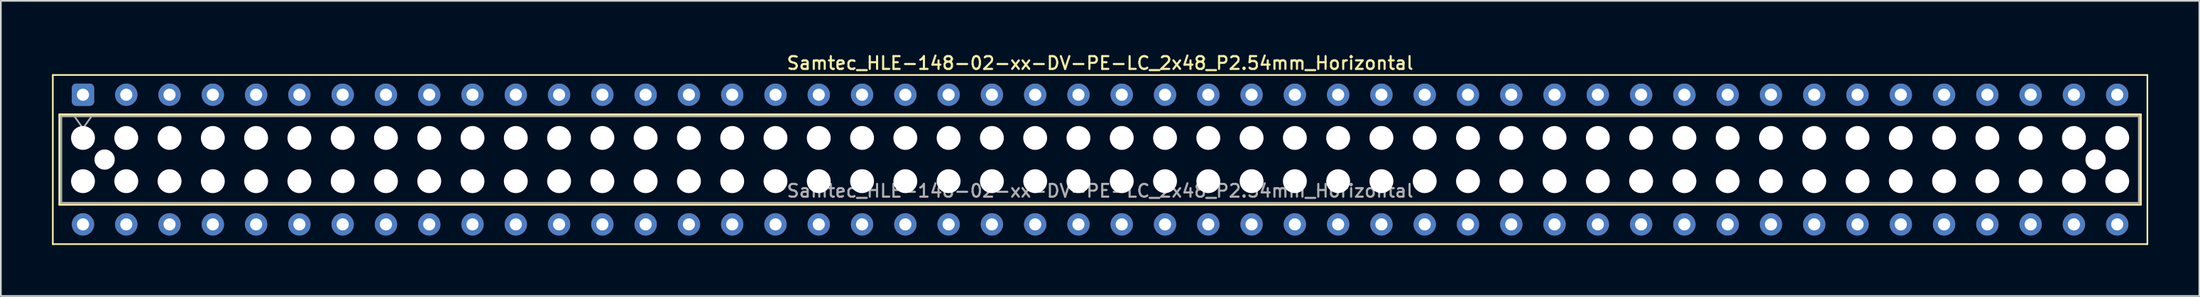
<source format=kicad_pcb>
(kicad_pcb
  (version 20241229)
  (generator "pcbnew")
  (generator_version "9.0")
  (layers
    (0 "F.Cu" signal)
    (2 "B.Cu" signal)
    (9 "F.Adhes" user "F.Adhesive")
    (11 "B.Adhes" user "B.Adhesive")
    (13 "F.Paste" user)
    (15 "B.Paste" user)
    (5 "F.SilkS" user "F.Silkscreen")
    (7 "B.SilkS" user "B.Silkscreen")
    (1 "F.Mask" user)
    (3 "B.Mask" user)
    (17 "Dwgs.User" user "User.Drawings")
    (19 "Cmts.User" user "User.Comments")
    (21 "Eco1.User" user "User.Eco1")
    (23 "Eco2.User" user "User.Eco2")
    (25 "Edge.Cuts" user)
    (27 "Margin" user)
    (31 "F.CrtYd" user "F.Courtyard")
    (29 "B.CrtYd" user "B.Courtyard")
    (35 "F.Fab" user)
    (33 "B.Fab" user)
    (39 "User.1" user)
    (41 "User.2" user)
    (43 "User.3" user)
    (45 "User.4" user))
  (footprint "Samtec_HLE-148-02-xx-DV-PE-LC_2x48_P2.54mm_Horizontal"
    (layer "F.Cu")
    (at 1.82 2.518)
    (property "Reference" "Samtec_HLE-148-02-xx-DV-PE-LC_2x48_P2.54mm_Horizontal" (at 59.69 -1.86 0) (layer "F.SilkS") (effects (font (size 0.75 0.75) (thickness 0.125))))
    (attr through_hole)
    (fp_line (start -1.77 -1.16) (end 121.15 -1.16) (stroke (width 0.1) (type solid)) (layer "F.SilkS"))
    (fp_line (start -1.77 8.78) (end -1.77 -1.16) (stroke (width 0.1) (type solid)) (layer "F.SilkS"))
    (fp_line (start -1.38 1.16) (end 120.76 1.16) (stroke (width 0.12) (type solid)) (layer "F.SilkS"))
    (fp_line (start -1.38 6.46) (end -1.38 1.16) (stroke (width 0.12) (type solid)) (layer "F.SilkS"))
    (fp_line (start 120.76 1.16) (end 120.76 6.46) (stroke (width 0.12) (type solid)) (layer "F.SilkS"))
    (fp_line (start 120.76 6.46) (end -1.38 6.46) (stroke (width 0.12) (type solid)) (layer "F.SilkS"))
    (fp_line (start 121.15 -1.16) (end 121.15 8.78) (stroke (width 0.1) (type solid)) (layer "F.SilkS"))
    (fp_line (start 121.15 8.78) (end -1.77 8.78) (stroke (width 0.1) (type solid)) (layer "F.SilkS"))
    (fp_line (start -1.27 1.27) (end 120.65 1.27) (stroke (width 0.1) (type solid)) (layer "F.Fab"))
    (fp_line (start -1.27 6.35) (end -1.27 1.27) (stroke (width 0.1) (type solid)) (layer "F.Fab"))
    (fp_line (start -0.5 1.27) (end 0 1.977) (stroke (width 0.1) (type solid)) (layer "F.Fab"))
    (fp_line (start 0 1.977) (end 0.5 1.27) (stroke (width 0.1) (type solid)) (layer "F.Fab"))
    (fp_line (start 120.65 1.27) (end 120.65 6.35) (stroke (width 0.1) (type solid)) (layer "F.Fab"))
    (fp_line (start 120.65 6.35) (end -1.27 6.35) (stroke (width 0.1) (type solid)) (layer "F.Fab"))
    (fp_text user "${REFERENCE}" (at 59.69 5.65 0) (layer "F.Fab") (effects (font (size 0.75 0.75) (thickness 0.125))))
    (pad "" np_thru_hole circle (at 0 2.54) (size 1.4 1.4) (drill 1.4) (layers "*.Cu" "*.Mask"))
    (pad "" np_thru_hole circle (at 0 5.08) (size 1.4 1.4) (drill 1.4) (layers "*.Cu" "*.Mask"))
    (pad "" np_thru_hole circle (at 1.27 3.81) (size 1.19 1.19) (drill 1.19) (layers "*.Cu" "*.Mask"))
    (pad "" np_thru_hole circle (at 2.54 2.54) (size 1.4 1.4) (drill 1.4) (layers "*.Cu" "*.Mask"))
    (pad "" np_thru_hole circle (at 2.54 5.08) (size 1.4 1.4) (drill 1.4) (layers "*.Cu" "*.Mask"))
    (pad "" np_thru_hole circle (at 5.08 2.54) (size 1.4 1.4) (drill 1.4) (layers "*.Cu" "*.Mask"))
    (pad "" np_thru_hole circle (at 5.08 5.08) (size 1.4 1.4) (drill 1.4) (layers "*.Cu" "*.Mask"))
    (pad "" np_thru_hole circle (at 7.62 2.54) (size 1.4 1.4) (drill 1.4) (layers "*.Cu" "*.Mask"))
    (pad "" np_thru_hole circle (at 7.62 5.08) (size 1.4 1.4) (drill 1.4) (layers "*.Cu" "*.Mask"))
    (pad "" np_thru_hole circle (at 10.16 2.54) (size 1.4 1.4) (drill 1.4) (layers "*.Cu" "*.Mask"))
    (pad "" np_thru_hole circle (at 10.16 5.08) (size 1.4 1.4) (drill 1.4) (layers "*.Cu" "*.Mask"))
    (pad "" np_thru_hole circle (at 12.7 2.54) (size 1.4 1.4) (drill 1.4) (layers "*.Cu" "*.Mask"))
    (pad "" np_thru_hole circle (at 12.7 5.08) (size 1.4 1.4) (drill 1.4) (layers "*.Cu" "*.Mask"))
    (pad "" np_thru_hole circle (at 15.24 2.54) (size 1.4 1.4) (drill 1.4) (layers "*.Cu" "*.Mask"))
    (pad "" np_thru_hole circle (at 15.24 5.08) (size 1.4 1.4) (drill 1.4) (layers "*.Cu" "*.Mask"))
    (pad "" np_thru_hole circle (at 17.78 2.54) (size 1.4 1.4) (drill 1.4) (layers "*.Cu" "*.Mask"))
    (pad "" np_thru_hole circle (at 17.78 5.08) (size 1.4 1.4) (drill 1.4) (layers "*.Cu" "*.Mask"))
    (pad "" np_thru_hole circle (at 20.32 2.54) (size 1.4 1.4) (drill 1.4) (layers "*.Cu" "*.Mask"))
    (pad "" np_thru_hole circle (at 20.32 5.08) (size 1.4 1.4) (drill 1.4) (layers "*.Cu" "*.Mask"))
    (pad "" np_thru_hole circle (at 22.86 2.54) (size 1.4 1.4) (drill 1.4) (layers "*.Cu" "*.Mask"))
    (pad "" np_thru_hole circle (at 22.86 5.08) (size 1.4 1.4) (drill 1.4) (layers "*.Cu" "*.Mask"))
    (pad "" np_thru_hole circle (at 25.4 2.54) (size 1.4 1.4) (drill 1.4) (layers "*.Cu" "*.Mask"))
    (pad "" np_thru_hole circle (at 25.4 5.08) (size 1.4 1.4) (drill 1.4) (layers "*.Cu" "*.Mask"))
    (pad "" np_thru_hole circle (at 27.94 2.54) (size 1.4 1.4) (drill 1.4) (layers "*.Cu" "*.Mask"))
    (pad "" np_thru_hole circle (at 27.94 5.08) (size 1.4 1.4) (drill 1.4) (layers "*.Cu" "*.Mask"))
    (pad "" np_thru_hole circle (at 30.48 2.54) (size 1.4 1.4) (drill 1.4) (layers "*.Cu" "*.Mask"))
    (pad "" np_thru_hole circle (at 30.48 5.08) (size 1.4 1.4) (drill 1.4) (layers "*.Cu" "*.Mask"))
    (pad "" np_thru_hole circle (at 33.02 2.54) (size 1.4 1.4) (drill 1.4) (layers "*.Cu" "*.Mask"))
    (pad "" np_thru_hole circle (at 33.02 5.08) (size 1.4 1.4) (drill 1.4) (layers "*.Cu" "*.Mask"))
    (pad "" np_thru_hole circle (at 35.56 2.54) (size 1.4 1.4) (drill 1.4) (layers "*.Cu" "*.Mask"))
    (pad "" np_thru_hole circle (at 35.56 5.08) (size 1.4 1.4) (drill 1.4) (layers "*.Cu" "*.Mask"))
    (pad "" np_thru_hole circle (at 38.1 2.54) (size 1.4 1.4) (drill 1.4) (layers "*.Cu" "*.Mask"))
    (pad "" np_thru_hole circle (at 38.1 5.08) (size 1.4 1.4) (drill 1.4) (layers "*.Cu" "*.Mask"))
    (pad "" np_thru_hole circle (at 40.64 2.54) (size 1.4 1.4) (drill 1.4) (layers "*.Cu" "*.Mask"))
    (pad "" np_thru_hole circle (at 40.64 5.08) (size 1.4 1.4) (drill 1.4) (layers "*.Cu" "*.Mask"))
    (pad "" np_thru_hole circle (at 43.18 2.54) (size 1.4 1.4) (drill 1.4) (layers "*.Cu" "*.Mask"))
    (pad "" np_thru_hole circle (at 43.18 5.08) (size 1.4 1.4) (drill 1.4) (layers "*.Cu" "*.Mask"))
    (pad "" np_thru_hole circle (at 45.72 2.54) (size 1.4 1.4) (drill 1.4) (layers "*.Cu" "*.Mask"))
    (pad "" np_thru_hole circle (at 45.72 5.08) (size 1.4 1.4) (drill 1.4) (layers "*.Cu" "*.Mask"))
    (pad "" np_thru_hole circle (at 48.26 2.54) (size 1.4 1.4) (drill 1.4) (layers "*.Cu" "*.Mask"))
    (pad "" np_thru_hole circle (at 48.26 5.08) (size 1.4 1.4) (drill 1.4) (layers "*.Cu" "*.Mask"))
    (pad "" np_thru_hole circle (at 50.8 2.54) (size 1.4 1.4) (drill 1.4) (layers "*.Cu" "*.Mask"))
    (pad "" np_thru_hole circle (at 50.8 5.08) (size 1.4 1.4) (drill 1.4) (layers "*.Cu" "*.Mask"))
    (pad "" np_thru_hole circle (at 53.34 2.54) (size 1.4 1.4) (drill 1.4) (layers "*.Cu" "*.Mask"))
    (pad "" np_thru_hole circle (at 53.34 5.08) (size 1.4 1.4) (drill 1.4) (layers "*.Cu" "*.Mask"))
    (pad "" np_thru_hole circle (at 55.88 2.54) (size 1.4 1.4) (drill 1.4) (layers "*.Cu" "*.Mask"))
    (pad "" np_thru_hole circle (at 55.88 5.08) (size 1.4 1.4) (drill 1.4) (layers "*.Cu" "*.Mask"))
    (pad "" np_thru_hole circle (at 58.42 2.54) (size 1.4 1.4) (drill 1.4) (layers "*.Cu" "*.Mask"))
    (pad "" np_thru_hole circle (at 58.42 5.08) (size 1.4 1.4) (drill 1.4) (layers "*.Cu" "*.Mask"))
    (pad "" np_thru_hole circle (at 60.96 2.54) (size 1.4 1.4) (drill 1.4) (layers "*.Cu" "*.Mask"))
    (pad "" np_thru_hole circle (at 60.96 5.08) (size 1.4 1.4) (drill 1.4) (layers "*.Cu" "*.Mask"))
    (pad "" np_thru_hole circle (at 63.5 2.54) (size 1.4 1.4) (drill 1.4) (layers "*.Cu" "*.Mask"))
    (pad "" np_thru_hole circle (at 63.5 5.08) (size 1.4 1.4) (drill 1.4) (layers "*.Cu" "*.Mask"))
    (pad "" np_thru_hole circle (at 66.04 2.54) (size 1.4 1.4) (drill 1.4) (layers "*.Cu" "*.Mask"))
    (pad "" np_thru_hole circle (at 66.04 5.08) (size 1.4 1.4) (drill 1.4) (layers "*.Cu" "*.Mask"))
    (pad "" np_thru_hole circle (at 68.58 2.54) (size 1.4 1.4) (drill 1.4) (layers "*.Cu" "*.Mask"))
    (pad "" np_thru_hole circle (at 68.58 5.08) (size 1.4 1.4) (drill 1.4) (layers "*.Cu" "*.Mask"))
    (pad "" np_thru_hole circle (at 71.12 2.54) (size 1.4 1.4) (drill 1.4) (layers "*.Cu" "*.Mask"))
    (pad "" np_thru_hole circle (at 71.12 5.08) (size 1.4 1.4) (drill 1.4) (layers "*.Cu" "*.Mask"))
    (pad "" np_thru_hole circle (at 73.66 2.54) (size 1.4 1.4) (drill 1.4) (layers "*.Cu" "*.Mask"))
    (pad "" np_thru_hole circle (at 73.66 5.08) (size 1.4 1.4) (drill 1.4) (layers "*.Cu" "*.Mask"))
    (pad "" np_thru_hole circle (at 76.2 2.54) (size 1.4 1.4) (drill 1.4) (layers "*.Cu" "*.Mask"))
    (pad "" np_thru_hole circle (at 76.2 5.08) (size 1.4 1.4) (drill 1.4) (layers "*.Cu" "*.Mask"))
    (pad "" np_thru_hole circle (at 78.74 2.54) (size 1.4 1.4) (drill 1.4) (layers "*.Cu" "*.Mask"))
    (pad "" np_thru_hole circle (at 78.74 5.08) (size 1.4 1.4) (drill 1.4) (layers "*.Cu" "*.Mask"))
    (pad "" np_thru_hole circle (at 81.28 2.54) (size 1.4 1.4) (drill 1.4) (layers "*.Cu" "*.Mask"))
    (pad "" np_thru_hole circle (at 81.28 5.08) (size 1.4 1.4) (drill 1.4) (layers "*.Cu" "*.Mask"))
    (pad "" np_thru_hole circle (at 83.82 2.54) (size 1.4 1.4) (drill 1.4) (layers "*.Cu" "*.Mask"))
    (pad "" np_thru_hole circle (at 83.82 5.08) (size 1.4 1.4) (drill 1.4) (layers "*.Cu" "*.Mask"))
    (pad "" np_thru_hole circle (at 86.36 2.54) (size 1.4 1.4) (drill 1.4) (layers "*.Cu" "*.Mask"))
    (pad "" np_thru_hole circle (at 86.36 5.08) (size 1.4 1.4) (drill 1.4) (layers "*.Cu" "*.Mask"))
    (pad "" np_thru_hole circle (at 88.9 2.54) (size 1.4 1.4) (drill 1.4) (layers "*.Cu" "*.Mask"))
    (pad "" np_thru_hole circle (at 88.9 5.08) (size 1.4 1.4) (drill 1.4) (layers "*.Cu" "*.Mask"))
    (pad "" np_thru_hole circle (at 91.44 2.54) (size 1.4 1.4) (drill 1.4) (layers "*.Cu" "*.Mask"))
    (pad "" np_thru_hole circle (at 91.44 5.08) (size 1.4 1.4) (drill 1.4) (layers "*.Cu" "*.Mask"))
    (pad "" np_thru_hole circle (at 93.98 2.54) (size 1.4 1.4) (drill 1.4) (layers "*.Cu" "*.Mask"))
    (pad "" np_thru_hole circle (at 93.98 5.08) (size 1.4 1.4) (drill 1.4) (layers "*.Cu" "*.Mask"))
    (pad "" np_thru_hole circle (at 96.52 2.54) (size 1.4 1.4) (drill 1.4) (layers "*.Cu" "*.Mask"))
    (pad "" np_thru_hole circle (at 96.52 5.08) (size 1.4 1.4) (drill 1.4) (layers "*.Cu" "*.Mask"))
    (pad "" np_thru_hole circle (at 99.06 2.54) (size 1.4 1.4) (drill 1.4) (layers "*.Cu" "*.Mask"))
    (pad "" np_thru_hole circle (at 99.06 5.08) (size 1.4 1.4) (drill 1.4) (layers "*.Cu" "*.Mask"))
    (pad "" np_thru_hole circle (at 101.6 2.54) (size 1.4 1.4) (drill 1.4) (layers "*.Cu" "*.Mask"))
    (pad "" np_thru_hole circle (at 101.6 5.08) (size 1.4 1.4) (drill 1.4) (layers "*.Cu" "*.Mask"))
    (pad "" np_thru_hole circle (at 104.14 2.54) (size 1.4 1.4) (drill 1.4) (layers "*.Cu" "*.Mask"))
    (pad "" np_thru_hole circle (at 104.14 5.08) (size 1.4 1.4) (drill 1.4) (layers "*.Cu" "*.Mask"))
    (pad "" np_thru_hole circle (at 106.68 2.54) (size 1.4 1.4) (drill 1.4) (layers "*.Cu" "*.Mask"))
    (pad "" np_thru_hole circle (at 106.68 5.08) (size 1.4 1.4) (drill 1.4) (layers "*.Cu" "*.Mask"))
    (pad "" np_thru_hole circle (at 109.22 2.54) (size 1.4 1.4) (drill 1.4) (layers "*.Cu" "*.Mask"))
    (pad "" np_thru_hole circle (at 109.22 5.08) (size 1.4 1.4) (drill 1.4) (layers "*.Cu" "*.Mask"))
    (pad "" np_thru_hole circle (at 111.76 2.54) (size 1.4 1.4) (drill 1.4) (layers "*.Cu" "*.Mask"))
    (pad "" np_thru_hole circle (at 111.76 5.08) (size 1.4 1.4) (drill 1.4) (layers "*.Cu" "*.Mask"))
    (pad "" np_thru_hole circle (at 114.3 2.54) (size 1.4 1.4) (drill 1.4) (layers "*.Cu" "*.Mask"))
    (pad "" np_thru_hole circle (at 114.3 5.08) (size 1.4 1.4) (drill 1.4) (layers "*.Cu" "*.Mask"))
    (pad "" np_thru_hole circle (at 116.84 2.54) (size 1.4 1.4) (drill 1.4) (layers "*.Cu" "*.Mask"))
    (pad "" np_thru_hole circle (at 116.84 5.08) (size 1.4 1.4) (drill 1.4) (layers "*.Cu" "*.Mask"))
    (pad "" np_thru_hole circle (at 118.11 3.81) (size 1.19 1.19) (drill 1.19) (layers "*.Cu" "*.Mask"))
    (pad "" np_thru_hole circle (at 119.38 2.54) (size 1.4 1.4) (drill 1.4) (layers "*.Cu" "*.Mask"))
    (pad "" np_thru_hole circle (at 119.38 5.08) (size 1.4 1.4) (drill 1.4) (layers "*.Cu" "*.Mask"))
    (pad "1" thru_hole roundrect (at 0 0) (size 1.31 1.31) (drill 0.71) (layers "*.Cu" "*.Mask") (roundrect_rratio 0.191))
    (pad "2" thru_hole circle (at 0 7.62) (size 1.31 1.31) (drill 0.71) (layers "*.Cu" "*.Mask"))
    (pad "3" thru_hole circle (at 2.54 0) (size 1.31 1.31) (drill 0.71) (layers "*.Cu" "*.Mask"))
    (pad "4" thru_hole circle (at 2.54 7.62) (size 1.31 1.31) (drill 0.71) (layers "*.Cu" "*.Mask"))
    (pad "5" thru_hole circle (at 5.08 0) (size 1.31 1.31) (drill 0.71) (layers "*.Cu" "*.Mask"))
    (pad "6" thru_hole circle (at 5.08 7.62) (size 1.31 1.31) (drill 0.71) (layers "*.Cu" "*.Mask"))
    (pad "7" thru_hole circle (at 7.62 0) (size 1.31 1.31) (drill 0.71) (layers "*.Cu" "*.Mask"))
    (pad "8" thru_hole circle (at 7.62 7.62) (size 1.31 1.31) (drill 0.71) (layers "*.Cu" "*.Mask"))
    (pad "9" thru_hole circle (at 10.16 0) (size 1.31 1.31) (drill 0.71) (layers "*.Cu" "*.Mask"))
    (pad "10" thru_hole circle (at 10.16 7.62) (size 1.31 1.31) (drill 0.71) (layers "*.Cu" "*.Mask"))
    (pad "11" thru_hole circle (at 12.7 0) (size 1.31 1.31) (drill 0.71) (layers "*.Cu" "*.Mask"))
    (pad "12" thru_hole circle (at 12.7 7.62) (size 1.31 1.31) (drill 0.71) (layers "*.Cu" "*.Mask"))
    (pad "13" thru_hole circle (at 15.24 0) (size 1.31 1.31) (drill 0.71) (layers "*.Cu" "*.Mask"))
    (pad "14" thru_hole circle (at 15.24 7.62) (size 1.31 1.31) (drill 0.71) (layers "*.Cu" "*.Mask"))
    (pad "15" thru_hole circle (at 17.78 0) (size 1.31 1.31) (drill 0.71) (layers "*.Cu" "*.Mask"))
    (pad "16" thru_hole circle (at 17.78 7.62) (size 1.31 1.31) (drill 0.71) (layers "*.Cu" "*.Mask"))
    (pad "17" thru_hole circle (at 20.32 0) (size 1.31 1.31) (drill 0.71) (layers "*.Cu" "*.Mask"))
    (pad "18" thru_hole circle (at 20.32 7.62) (size 1.31 1.31) (drill 0.71) (layers "*.Cu" "*.Mask"))
    (pad "19" thru_hole circle (at 22.86 0) (size 1.31 1.31) (drill 0.71) (layers "*.Cu" "*.Mask"))
    (pad "20" thru_hole circle (at 22.86 7.62) (size 1.31 1.31) (drill 0.71) (layers "*.Cu" "*.Mask"))
    (pad "21" thru_hole circle (at 25.4 0) (size 1.31 1.31) (drill 0.71) (layers "*.Cu" "*.Mask"))
    (pad "22" thru_hole circle (at 25.4 7.62) (size 1.31 1.31) (drill 0.71) (layers "*.Cu" "*.Mask"))
    (pad "23" thru_hole circle (at 27.94 0) (size 1.31 1.31) (drill 0.71) (layers "*.Cu" "*.Mask"))
    (pad "24" thru_hole circle (at 27.94 7.62) (size 1.31 1.31) (drill 0.71) (layers "*.Cu" "*.Mask"))
    (pad "25" thru_hole circle (at 30.48 0) (size 1.31 1.31) (drill 0.71) (layers "*.Cu" "*.Mask"))
    (pad "26" thru_hole circle (at 30.48 7.62) (size 1.31 1.31) (drill 0.71) (layers "*.Cu" "*.Mask"))
    (pad "27" thru_hole circle (at 33.02 0) (size 1.31 1.31) (drill 0.71) (layers "*.Cu" "*.Mask"))
    (pad "28" thru_hole circle (at 33.02 7.62) (size 1.31 1.31) (drill 0.71) (layers "*.Cu" "*.Mask"))
    (pad "29" thru_hole circle (at 35.56 0) (size 1.31 1.31) (drill 0.71) (layers "*.Cu" "*.Mask"))
    (pad "30" thru_hole circle (at 35.56 7.62) (size 1.31 1.31) (drill 0.71) (layers "*.Cu" "*.Mask"))
    (pad "31" thru_hole circle (at 38.1 0) (size 1.31 1.31) (drill 0.71) (layers "*.Cu" "*.Mask"))
    (pad "32" thru_hole circle (at 38.1 7.62) (size 1.31 1.31) (drill 0.71) (layers "*.Cu" "*.Mask"))
    (pad "33" thru_hole circle (at 40.64 0) (size 1.31 1.31) (drill 0.71) (layers "*.Cu" "*.Mask"))
    (pad "34" thru_hole circle (at 40.64 7.62) (size 1.31 1.31) (drill 0.71) (layers "*.Cu" "*.Mask"))
    (pad "35" thru_hole circle (at 43.18 0) (size 1.31 1.31) (drill 0.71) (layers "*.Cu" "*.Mask"))
    (pad "36" thru_hole circle (at 43.18 7.62) (size 1.31 1.31) (drill 0.71) (layers "*.Cu" "*.Mask"))
    (pad "37" thru_hole circle (at 45.72 0) (size 1.31 1.31) (drill 0.71) (layers "*.Cu" "*.Mask"))
    (pad "38" thru_hole circle (at 45.72 7.62) (size 1.31 1.31) (drill 0.71) (layers "*.Cu" "*.Mask"))
    (pad "39" thru_hole circle (at 48.26 0) (size 1.31 1.31) (drill 0.71) (layers "*.Cu" "*.Mask"))
    (pad "40" thru_hole circle (at 48.26 7.62) (size 1.31 1.31) (drill 0.71) (layers "*.Cu" "*.Mask"))
    (pad "41" thru_hole circle (at 50.8 0) (size 1.31 1.31) (drill 0.71) (layers "*.Cu" "*.Mask"))
    (pad "42" thru_hole circle (at 50.8 7.62) (size 1.31 1.31) (drill 0.71) (layers "*.Cu" "*.Mask"))
    (pad "43" thru_hole circle (at 53.34 0) (size 1.31 1.31) (drill 0.71) (layers "*.Cu" "*.Mask"))
    (pad "44" thru_hole circle (at 53.34 7.62) (size 1.31 1.31) (drill 0.71) (layers "*.Cu" "*.Mask"))
    (pad "45" thru_hole circle (at 55.88 0) (size 1.31 1.31) (drill 0.71) (layers "*.Cu" "*.Mask"))
    (pad "46" thru_hole circle (at 55.88 7.62) (size 1.31 1.31) (drill 0.71) (layers "*.Cu" "*.Mask"))
    (pad "47" thru_hole circle (at 58.42 0) (size 1.31 1.31) (drill 0.71) (layers "*.Cu" "*.Mask"))
    (pad "48" thru_hole circle (at 58.42 7.62) (size 1.31 1.31) (drill 0.71) (layers "*.Cu" "*.Mask"))
    (pad "49" thru_hole circle (at 60.96 0) (size 1.31 1.31) (drill 0.71) (layers "*.Cu" "*.Mask"))
    (pad "50" thru_hole circle (at 60.96 7.62) (size 1.31 1.31) (drill 0.71) (layers "*.Cu" "*.Mask"))
    (pad "51" thru_hole circle (at 63.5 0) (size 1.31 1.31) (drill 0.71) (layers "*.Cu" "*.Mask"))
    (pad "52" thru_hole circle (at 63.5 7.62) (size 1.31 1.31) (drill 0.71) (layers "*.Cu" "*.Mask"))
    (pad "53" thru_hole circle (at 66.04 0) (size 1.31 1.31) (drill 0.71) (layers "*.Cu" "*.Mask"))
    (pad "54" thru_hole circle (at 66.04 7.62) (size 1.31 1.31) (drill 0.71) (layers "*.Cu" "*.Mask"))
    (pad "55" thru_hole circle (at 68.58 0) (size 1.31 1.31) (drill 0.71) (layers "*.Cu" "*.Mask"))
    (pad "56" thru_hole circle (at 68.58 7.62) (size 1.31 1.31) (drill 0.71) (layers "*.Cu" "*.Mask"))
    (pad "57" thru_hole circle (at 71.12 0) (size 1.31 1.31) (drill 0.71) (layers "*.Cu" "*.Mask"))
    (pad "58" thru_hole circle (at 71.12 7.62) (size 1.31 1.31) (drill 0.71) (layers "*.Cu" "*.Mask"))
    (pad "59" thru_hole circle (at 73.66 0) (size 1.31 1.31) (drill 0.71) (layers "*.Cu" "*.Mask"))
    (pad "60" thru_hole circle (at 73.66 7.62) (size 1.31 1.31) (drill 0.71) (layers "*.Cu" "*.Mask"))
    (pad "61" thru_hole circle (at 76.2 0) (size 1.31 1.31) (drill 0.71) (layers "*.Cu" "*.Mask"))
    (pad "62" thru_hole circle (at 76.2 7.62) (size 1.31 1.31) (drill 0.71) (layers "*.Cu" "*.Mask"))
    (pad "63" thru_hole circle (at 78.74 0) (size 1.31 1.31) (drill 0.71) (layers "*.Cu" "*.Mask"))
    (pad "64" thru_hole circle (at 78.74 7.62) (size 1.31 1.31) (drill 0.71) (layers "*.Cu" "*.Mask"))
    (pad "65" thru_hole circle (at 81.28 0) (size 1.31 1.31) (drill 0.71) (layers "*.Cu" "*.Mask"))
    (pad "66" thru_hole circle (at 81.28 7.62) (size 1.31 1.31) (drill 0.71) (layers "*.Cu" "*.Mask"))
    (pad "67" thru_hole circle (at 83.82 0) (size 1.31 1.31) (drill 0.71) (layers "*.Cu" "*.Mask"))
    (pad "68" thru_hole circle (at 83.82 7.62) (size 1.31 1.31) (drill 0.71) (layers "*.Cu" "*.Mask"))
    (pad "69" thru_hole circle (at 86.36 0) (size 1.31 1.31) (drill 0.71) (layers "*.Cu" "*.Mask"))
    (pad "70" thru_hole circle (at 86.36 7.62) (size 1.31 1.31) (drill 0.71) (layers "*.Cu" "*.Mask"))
    (pad "71" thru_hole circle (at 88.9 0) (size 1.31 1.31) (drill 0.71) (layers "*.Cu" "*.Mask"))
    (pad "72" thru_hole circle (at 88.9 7.62) (size 1.31 1.31) (drill 0.71) (layers "*.Cu" "*.Mask"))
    (pad "73" thru_hole circle (at 91.44 0) (size 1.31 1.31) (drill 0.71) (layers "*.Cu" "*.Mask"))
    (pad "74" thru_hole circle (at 91.44 7.62) (size 1.31 1.31) (drill 0.71) (layers "*.Cu" "*.Mask"))
    (pad "75" thru_hole circle (at 93.98 0) (size 1.31 1.31) (drill 0.71) (layers "*.Cu" "*.Mask"))
    (pad "76" thru_hole circle (at 93.98 7.62) (size 1.31 1.31) (drill 0.71) (layers "*.Cu" "*.Mask"))
    (pad "77" thru_hole circle (at 96.52 0) (size 1.31 1.31) (drill 0.71) (layers "*.Cu" "*.Mask"))
    (pad "78" thru_hole circle (at 96.52 7.62) (size 1.31 1.31) (drill 0.71) (layers "*.Cu" "*.Mask"))
    (pad "79" thru_hole circle (at 99.06 0) (size 1.31 1.31) (drill 0.71) (layers "*.Cu" "*.Mask"))
    (pad "80" thru_hole circle (at 99.06 7.62) (size 1.31 1.31) (drill 0.71) (layers "*.Cu" "*.Mask"))
    (pad "81" thru_hole circle (at 101.6 0) (size 1.31 1.31) (drill 0.71) (layers "*.Cu" "*.Mask"))
    (pad "82" thru_hole circle (at 101.6 7.62) (size 1.31 1.31) (drill 0.71) (layers "*.Cu" "*.Mask"))
    (pad "83" thru_hole circle (at 104.14 0) (size 1.31 1.31) (drill 0.71) (layers "*.Cu" "*.Mask"))
    (pad "84" thru_hole circle (at 104.14 7.62) (size 1.31 1.31) (drill 0.71) (layers "*.Cu" "*.Mask"))
    (pad "85" thru_hole circle (at 106.68 0) (size 1.31 1.31) (drill 0.71) (layers "*.Cu" "*.Mask"))
    (pad "86" thru_hole circle (at 106.68 7.62) (size 1.31 1.31) (drill 0.71) (layers "*.Cu" "*.Mask"))
    (pad "87" thru_hole circle (at 109.22 0) (size 1.31 1.31) (drill 0.71) (layers "*.Cu" "*.Mask"))
    (pad "88" thru_hole circle (at 109.22 7.62) (size 1.31 1.31) (drill 0.71) (layers "*.Cu" "*.Mask"))
    (pad "89" thru_hole circle (at 111.76 0) (size 1.31 1.31) (drill 0.71) (layers "*.Cu" "*.Mask"))
    (pad "90" thru_hole circle (at 111.76 7.62) (size 1.31 1.31) (drill 0.71) (layers "*.Cu" "*.Mask"))
    (pad "91" thru_hole circle (at 114.3 0) (size 1.31 1.31) (drill 0.71) (layers "*.Cu" "*.Mask"))
    (pad "92" thru_hole circle (at 114.3 7.62) (size 1.31 1.31) (drill 0.71) (layers "*.Cu" "*.Mask"))
    (pad "93" thru_hole circle (at 116.84 0) (size 1.31 1.31) (drill 0.71) (layers "*.Cu" "*.Mask"))
    (pad "94" thru_hole circle (at 116.84 7.62) (size 1.31 1.31) (drill 0.71) (layers "*.Cu" "*.Mask"))
    (pad "95" thru_hole circle (at 119.38 0) (size 1.31 1.31) (drill 0.71) (layers "*.Cu" "*.Mask"))
    (pad "96" thru_hole circle (at 119.38 7.62) (size 1.31 1.31) (drill 0.71) (layers "*.Cu" "*.Mask")))
  (gr_rect
    (start -3 -3)
    (end 126.02 14.348)
    (stroke (width 0.1) (type default))
    (fill no)
    (layer "Edge.Cuts")))
</source>
